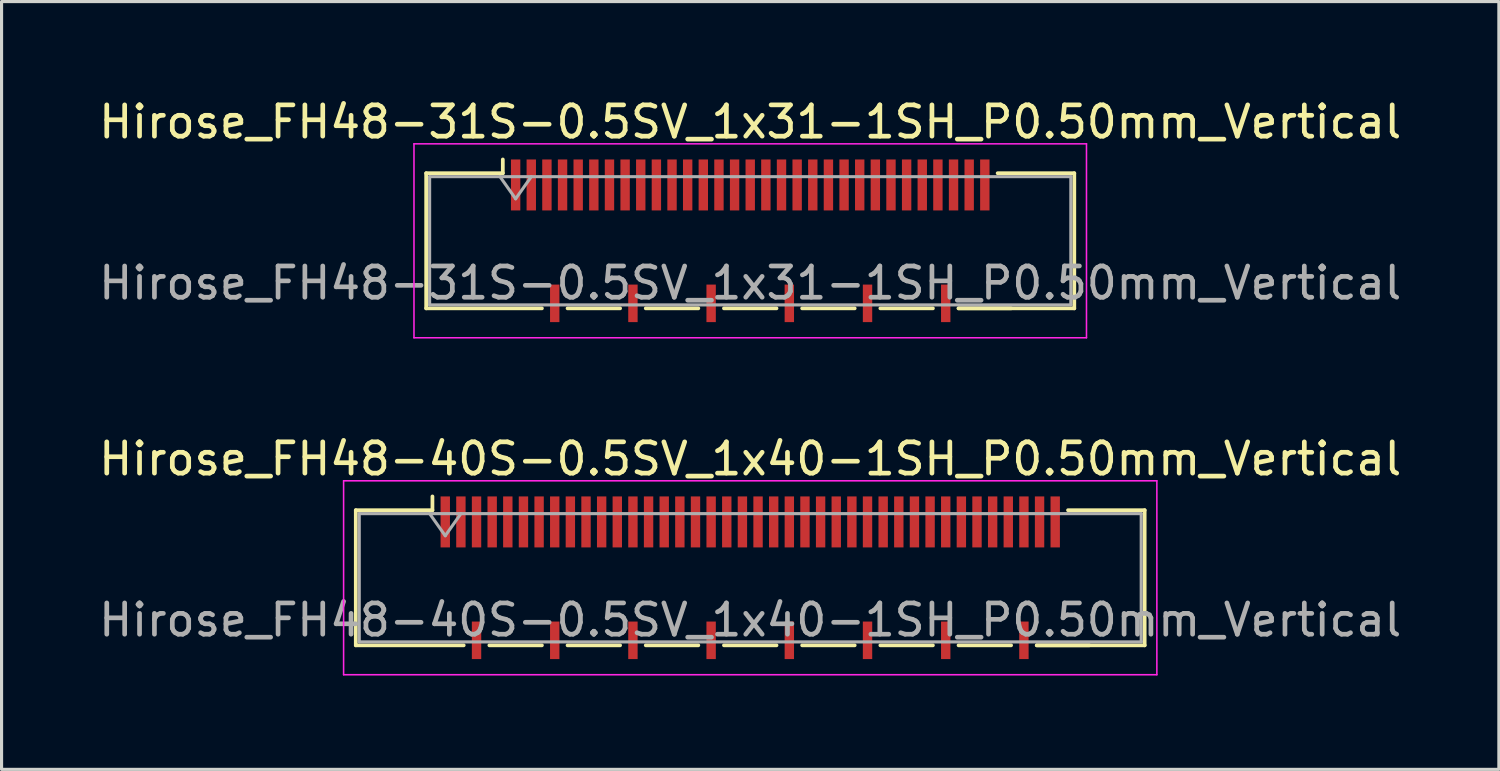
<source format=kicad_pcb>
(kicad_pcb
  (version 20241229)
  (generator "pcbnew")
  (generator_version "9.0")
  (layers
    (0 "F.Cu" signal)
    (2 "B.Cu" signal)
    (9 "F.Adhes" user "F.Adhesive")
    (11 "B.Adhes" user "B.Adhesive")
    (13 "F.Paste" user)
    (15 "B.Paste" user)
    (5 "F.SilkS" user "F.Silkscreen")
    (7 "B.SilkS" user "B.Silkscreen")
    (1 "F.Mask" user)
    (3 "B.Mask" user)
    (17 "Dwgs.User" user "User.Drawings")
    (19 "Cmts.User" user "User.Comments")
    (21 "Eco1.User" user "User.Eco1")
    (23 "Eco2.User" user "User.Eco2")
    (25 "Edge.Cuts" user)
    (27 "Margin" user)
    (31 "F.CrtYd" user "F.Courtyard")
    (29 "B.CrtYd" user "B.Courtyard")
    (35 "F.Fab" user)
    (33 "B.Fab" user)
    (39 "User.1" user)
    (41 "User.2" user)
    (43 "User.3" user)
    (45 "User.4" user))
  (footprint "Hirose_FH48-40S-0.5SV_1x40-1SH_P0.50mm_Vertical"
    (layer "F.Cu")
    (at 20.935 15.421)
    (property "Reference" "Hirose_FH48-40S-0.5SV_1x40-1SH_P0.50mm_Vertical" (at 0 -3.8 0) (layer "F.SilkS") (effects (font (size 1 1) (thickness 0.15))))
    (attr smd)
    (fp_line (start -12.61 -2.16) (end -12.61 2.16) (stroke (width 0.12) (type solid)) (layer "F.SilkS"))
    (fp_line (start -12.61 2.16) (end -9.16 2.16) (stroke (width 0.12) (type solid)) (layer "F.SilkS"))
    (fp_line (start -10.16 -2.6) (end -10.16 -2.16) (stroke (width 0.12) (type solid)) (layer "F.SilkS"))
    (fp_line (start -10.16 -2.16) (end -12.61 -2.16) (stroke (width 0.12) (type solid)) (layer "F.SilkS"))
    (fp_line (start -8.34 2.16) (end -6.66 2.16) (stroke (width 0.12) (type solid)) (layer "F.SilkS"))
    (fp_line (start -5.84 2.16) (end -4.16 2.16) (stroke (width 0.12) (type solid)) (layer "F.SilkS"))
    (fp_line (start -3.34 2.16) (end -1.66 2.16) (stroke (width 0.12) (type solid)) (layer "F.SilkS"))
    (fp_line (start -0.84 2.16) (end 0.84 2.16) (stroke (width 0.12) (type solid)) (layer "F.SilkS"))
    (fp_line (start 1.66 2.16) (end 3.34 2.16) (stroke (width 0.12) (type solid)) (layer "F.SilkS"))
    (fp_line (start 4.16 2.16) (end 5.84 2.16) (stroke (width 0.12) (type solid)) (layer "F.SilkS"))
    (fp_line (start 6.66 2.16) (end 8.34 2.16) (stroke (width 0.12) (type solid)) (layer "F.SilkS"))
    (fp_line (start 9.16 2.16) (end 10.84 2.16) (stroke (width 0.12) (type solid)) (layer "F.SilkS"))
    (fp_line (start 10.16 -2.16) (end 12.61 -2.16) (stroke (width 0.12) (type solid)) (layer "F.SilkS"))
    (fp_line (start 12.61 -2.16) (end 12.61 2.16) (stroke (width 0.12) (type solid)) (layer "F.SilkS"))
    (fp_line (start 12.61 2.16) (end 9.16 2.16) (stroke (width 0.12) (type solid)) (layer "F.SilkS"))
    (fp_line (start -13 -3.1) (end -13 3.1) (stroke (width 0.05) (type solid)) (layer "F.CrtYd"))
    (fp_line (start -13 3.1) (end 13 3.1) (stroke (width 0.05) (type solid)) (layer "F.CrtYd"))
    (fp_line (start 13 -3.1) (end -13 -3.1) (stroke (width 0.05) (type solid)) (layer "F.CrtYd"))
    (fp_line (start 13 3.1) (end 13 -3.1) (stroke (width 0.05) (type solid)) (layer "F.CrtYd"))
    (fp_line (start -12.5 -2.05) (end -12.5 2.05) (stroke (width 0.1) (type solid)) (layer "F.Fab"))
    (fp_line (start -12.5 2.05) (end 12.5 2.05) (stroke (width 0.1) (type solid)) (layer "F.Fab"))
    (fp_line (start -10.25 -2.05) (end -9.75 -1.343) (stroke (width 0.1) (type solid)) (layer "F.Fab"))
    (fp_line (start -9.75 -1.343) (end -9.25 -2.05) (stroke (width 0.1) (type solid)) (layer "F.Fab"))
    (fp_line (start 12.5 -2.05) (end -12.5 -2.05) (stroke (width 0.1) (type solid)) (layer "F.Fab"))
    (fp_line (start 12.5 2.05) (end 12.5 -2.05) (stroke (width 0.1) (type solid)) (layer "F.Fab"))
    (fp_text user "${REFERENCE}" (at 0 1.35 0) (layer "F.Fab") (effects (font (size 1 1) (thickness 0.15))))
    (pad "" smd rect (at -9.75 -1.785) (size 0.28 1.21) (layers "F.Paste"))
    (pad "" smd rect (at -9.25 -1.785) (size 0.28 1.21) (layers "F.Paste"))
    (pad "" smd rect (at -8.75 -1.785) (size 0.28 1.21) (layers "F.Paste"))
    (pad "" smd rect (at -8.75 2) (size 0.28 0.9) (layers "F.Paste"))
    (pad "" smd rect (at -8.25 -1.785) (size 0.28 1.21) (layers "F.Paste"))
    (pad "" smd rect (at -7.75 -1.785) (size 0.28 1.21) (layers "F.Paste"))
    (pad "" smd rect (at -7.25 -1.785) (size 0.28 1.21) (layers "F.Paste"))
    (pad "" smd rect (at -6.75 -1.785) (size 0.28 1.21) (layers "F.Paste"))
    (pad "" smd rect (at -6.25 -1.785) (size 0.28 1.21) (layers "F.Paste"))
    (pad "" smd rect (at -6.25 2) (size 0.28 0.9) (layers "F.Paste"))
    (pad "" smd rect (at -5.75 -1.785) (size 0.28 1.21) (layers "F.Paste"))
    (pad "" smd rect (at -5.25 -1.785) (size 0.28 1.21) (layers "F.Paste"))
    (pad "" smd rect (at -4.75 -1.785) (size 0.28 1.21) (layers "F.Paste"))
    (pad "" smd rect (at -4.25 -1.785) (size 0.28 1.21) (layers "F.Paste"))
    (pad "" smd rect (at -3.75 -1.785) (size 0.28 1.21) (layers "F.Paste"))
    (pad "" smd rect (at -3.75 2) (size 0.28 0.9) (layers "F.Paste"))
    (pad "" smd rect (at -3.25 -1.785) (size 0.28 1.21) (layers "F.Paste"))
    (pad "" smd rect (at -2.75 -1.785) (size 0.28 1.21) (layers "F.Paste"))
    (pad "" smd rect (at -2.25 -1.785) (size 0.28 1.21) (layers "F.Paste"))
    (pad "" smd rect (at -1.75 -1.785) (size 0.28 1.21) (layers "F.Paste"))
    (pad "" smd rect (at -1.25 -1.785) (size 0.28 1.21) (layers "F.Paste"))
    (pad "" smd rect (at -1.25 2) (size 0.28 0.9) (layers "F.Paste"))
    (pad "" smd rect (at -0.75 -1.785) (size 0.28 1.21) (layers "F.Paste"))
    (pad "" smd rect (at -0.25 -1.785) (size 0.28 1.21) (layers "F.Paste"))
    (pad "" smd rect (at 0.25 -1.785) (size 0.28 1.21) (layers "F.Paste"))
    (pad "" smd rect (at 0.75 -1.785) (size 0.28 1.21) (layers "F.Paste"))
    (pad "" smd rect (at 1.25 -1.785) (size 0.28 1.21) (layers "F.Paste"))
    (pad "" smd rect (at 1.25 2) (size 0.28 0.9) (layers "F.Paste"))
    (pad "" smd rect (at 1.75 -1.785) (size 0.28 1.21) (layers "F.Paste"))
    (pad "" smd rect (at 2.25 -1.785) (size 0.28 1.21) (layers "F.Paste"))
    (pad "" smd rect (at 2.75 -1.785) (size 0.28 1.21) (layers "F.Paste"))
    (pad "" smd rect (at 3.25 -1.785) (size 0.28 1.21) (layers "F.Paste"))
    (pad "" smd rect (at 3.75 -1.785) (size 0.28 1.21) (layers "F.Paste"))
    (pad "" smd rect (at 3.75 2) (size 0.28 0.9) (layers "F.Paste"))
    (pad "" smd rect (at 4.25 -1.785) (size 0.28 1.21) (layers "F.Paste"))
    (pad "" smd rect (at 4.75 -1.785) (size 0.28 1.21) (layers "F.Paste"))
    (pad "" smd rect (at 5.25 -1.785) (size 0.28 1.21) (layers "F.Paste"))
    (pad "" smd rect (at 5.75 -1.785) (size 0.28 1.21) (layers "F.Paste"))
    (pad "" smd rect (at 6.25 -1.785) (size 0.28 1.21) (layers "F.Paste"))
    (pad "" smd rect (at 6.25 2) (size 0.28 0.9) (layers "F.Paste"))
    (pad "" smd rect (at 6.75 -1.785) (size 0.28 1.21) (layers "F.Paste"))
    (pad "" smd rect (at 7.25 -1.785) (size 0.28 1.21) (layers "F.Paste"))
    (pad "" smd rect (at 7.75 -1.785) (size 0.28 1.21) (layers "F.Paste"))
    (pad "" smd rect (at 8.25 -1.785) (size 0.28 1.21) (layers "F.Paste"))
    (pad "" smd rect (at 8.75 -1.785) (size 0.28 1.21) (layers "F.Paste"))
    (pad "" smd rect (at 8.75 2) (size 0.28 0.9) (layers "F.Paste"))
    (pad "" smd rect (at 9.25 -1.785) (size 0.28 1.21) (layers "F.Paste"))
    (pad "" smd rect (at 9.75 -1.785) (size 0.28 1.21) (layers "F.Paste"))
    (pad "1" smd rect (at -9.75 -1.785) (size 0.3 1.63) (layers "F.Cu" "F.Mask"))
    (pad "2" smd rect (at -9.25 -1.785) (size 0.3 1.63) (layers "F.Cu" "F.Mask"))
    (pad "3" smd rect (at -8.75 -1.785) (size 0.3 1.63) (layers "F.Cu" "F.Mask"))
    (pad "4" smd rect (at -8.25 -1.785) (size 0.3 1.63) (layers "F.Cu" "F.Mask"))
    (pad "5" smd rect (at -7.75 -1.785) (size 0.3 1.63) (layers "F.Cu" "F.Mask"))
    (pad "6" smd rect (at -7.25 -1.785) (size 0.3 1.63) (layers "F.Cu" "F.Mask"))
    (pad "7" smd rect (at -6.75 -1.785) (size 0.3 1.63) (layers "F.Cu" "F.Mask"))
    (pad "8" smd rect (at -6.25 -1.785) (size 0.3 1.63) (layers "F.Cu" "F.Mask"))
    (pad "9" smd rect (at -5.75 -1.785) (size 0.3 1.63) (layers "F.Cu" "F.Mask"))
    (pad "10" smd rect (at -5.25 -1.785) (size 0.3 1.63) (layers "F.Cu" "F.Mask"))
    (pad "11" smd rect (at -4.75 -1.785) (size 0.3 1.63) (layers "F.Cu" "F.Mask"))
    (pad "12" smd rect (at -4.25 -1.785) (size 0.3 1.63) (layers "F.Cu" "F.Mask"))
    (pad "13" smd rect (at -3.75 -1.785) (size 0.3 1.63) (layers "F.Cu" "F.Mask"))
    (pad "14" smd rect (at -3.25 -1.785) (size 0.3 1.63) (layers "F.Cu" "F.Mask"))
    (pad "15" smd rect (at -2.75 -1.785) (size 0.3 1.63) (layers "F.Cu" "F.Mask"))
    (pad "16" smd rect (at -2.25 -1.785) (size 0.3 1.63) (layers "F.Cu" "F.Mask"))
    (pad "17" smd rect (at -1.75 -1.785) (size 0.3 1.63) (layers "F.Cu" "F.Mask"))
    (pad "18" smd rect (at -1.25 -1.785) (size 0.3 1.63) (layers "F.Cu" "F.Mask"))
    (pad "19" smd rect (at -0.75 -1.785) (size 0.3 1.63) (layers "F.Cu" "F.Mask"))
    (pad "20" smd rect (at -0.25 -1.785) (size 0.3 1.63) (layers "F.Cu" "F.Mask"))
    (pad "21" smd rect (at 0.25 -1.785) (size 0.3 1.63) (layers "F.Cu" "F.Mask"))
    (pad "22" smd rect (at 0.75 -1.785) (size 0.3 1.63) (layers "F.Cu" "F.Mask"))
    (pad "23" smd rect (at 1.25 -1.785) (size 0.3 1.63) (layers "F.Cu" "F.Mask"))
    (pad "24" smd rect (at 1.75 -1.785) (size 0.3 1.63) (layers "F.Cu" "F.Mask"))
    (pad "25" smd rect (at 2.25 -1.785) (size 0.3 1.63) (layers "F.Cu" "F.Mask"))
    (pad "26" smd rect (at 2.75 -1.785) (size 0.3 1.63) (layers "F.Cu" "F.Mask"))
    (pad "27" smd rect (at 3.25 -1.785) (size 0.3 1.63) (layers "F.Cu" "F.Mask"))
    (pad "28" smd rect (at 3.75 -1.785) (size 0.3 1.63) (layers "F.Cu" "F.Mask"))
    (pad "29" smd rect (at 4.25 -1.785) (size 0.3 1.63) (layers "F.Cu" "F.Mask"))
    (pad "30" smd rect (at 4.75 -1.785) (size 0.3 1.63) (layers "F.Cu" "F.Mask"))
    (pad "31" smd rect (at 5.25 -1.785) (size 0.3 1.63) (layers "F.Cu" "F.Mask"))
    (pad "32" smd rect (at 5.75 -1.785) (size 0.3 1.63) (layers "F.Cu" "F.Mask"))
    (pad "33" smd rect (at 6.25 -1.785) (size 0.3 1.63) (layers "F.Cu" "F.Mask"))
    (pad "34" smd rect (at 6.75 -1.785) (size 0.3 1.63) (layers "F.Cu" "F.Mask"))
    (pad "35" smd rect (at 7.25 -1.785) (size 0.3 1.63) (layers "F.Cu" "F.Mask"))
    (pad "36" smd rect (at 7.75 -1.785) (size 0.3 1.63) (layers "F.Cu" "F.Mask"))
    (pad "37" smd rect (at 8.25 -1.785) (size 0.3 1.63) (layers "F.Cu" "F.Mask"))
    (pad "38" smd rect (at 8.75 -1.785) (size 0.3 1.63) (layers "F.Cu" "F.Mask"))
    (pad "39" smd rect (at 9.25 -1.785) (size 0.3 1.63) (layers "F.Cu" "F.Mask"))
    (pad "40" smd rect (at 9.75 -1.785) (size 0.3 1.63) (layers "F.Cu" "F.Mask"))
    (pad "SH" smd rect (at -8.75 2) (size 0.3 1.2) (layers "F.Cu" "F.Mask"))
    (pad "SH" smd rect (at -6.25 2) (size 0.3 1.2) (layers "F.Cu" "F.Mask"))
    (pad "SH" smd rect (at -3.75 2) (size 0.3 1.2) (layers "F.Cu" "F.Mask"))
    (pad "SH" smd rect (at -1.25 2) (size 0.3 1.2) (layers "F.Cu" "F.Mask"))
    (pad "SH" smd rect (at 1.25 2) (size 0.3 1.2) (layers "F.Cu" "F.Mask"))
    (pad "SH" smd rect (at 3.75 2) (size 0.3 1.2) (layers "F.Cu" "F.Mask"))
    (pad "SH" smd rect (at 6.25 2) (size 0.3 1.2) (layers "F.Cu" "F.Mask"))
    (pad "SH" smd rect (at 8.75 2) (size 0.3 1.2) (layers "F.Cu" "F.Mask")))
  (footprint "Hirose_FH48-31S-0.5SV_1x31-1SH_P0.50mm_Vertical"
    (layer "F.Cu")
    (at 20.935 4.648)
    (property "Reference" "Hirose_FH48-31S-0.5SV_1x31-1SH_P0.50mm_Vertical" (at 0 -3.8 0) (layer "F.SilkS") (effects (font (size 1 1) (thickness 0.15))))
    (attr smd)
    (fp_line (start -10.36 -2.16) (end -10.36 2.16) (stroke (width 0.12) (type solid)) (layer "F.SilkS"))
    (fp_line (start -10.36 2.16) (end -6.66 2.16) (stroke (width 0.12) (type solid)) (layer "F.SilkS"))
    (fp_line (start -7.91 -2.6) (end -7.91 -2.16) (stroke (width 0.12) (type solid)) (layer "F.SilkS"))
    (fp_line (start -7.91 -2.16) (end -10.36 -2.16) (stroke (width 0.12) (type solid)) (layer "F.SilkS"))
    (fp_line (start -5.84 2.16) (end -4.16 2.16) (stroke (width 0.12) (type solid)) (layer "F.SilkS"))
    (fp_line (start -3.34 2.16) (end -1.66 2.16) (stroke (width 0.12) (type solid)) (layer "F.SilkS"))
    (fp_line (start -0.84 2.16) (end 0.84 2.16) (stroke (width 0.12) (type solid)) (layer "F.SilkS"))
    (fp_line (start 1.66 2.16) (end 3.34 2.16) (stroke (width 0.12) (type solid)) (layer "F.SilkS"))
    (fp_line (start 4.16 2.16) (end 5.84 2.16) (stroke (width 0.12) (type solid)) (layer "F.SilkS"))
    (fp_line (start 6.66 2.16) (end 8.34 2.16) (stroke (width 0.12) (type solid)) (layer "F.SilkS"))
    (fp_line (start 7.91 -2.16) (end 10.36 -2.16) (stroke (width 0.12) (type solid)) (layer "F.SilkS"))
    (fp_line (start 10.36 -2.16) (end 10.36 2.16) (stroke (width 0.12) (type solid)) (layer "F.SilkS"))
    (fp_line (start 10.36 2.16) (end 6.66 2.16) (stroke (width 0.12) (type solid)) (layer "F.SilkS"))
    (fp_line (start -10.75 -3.1) (end -10.75 3.1) (stroke (width 0.05) (type solid)) (layer "F.CrtYd"))
    (fp_line (start -10.75 3.1) (end 10.75 3.1) (stroke (width 0.05) (type solid)) (layer "F.CrtYd"))
    (fp_line (start 10.75 -3.1) (end -10.75 -3.1) (stroke (width 0.05) (type solid)) (layer "F.CrtYd"))
    (fp_line (start 10.75 3.1) (end 10.75 -3.1) (stroke (width 0.05) (type solid)) (layer "F.CrtYd"))
    (fp_line (start -10.25 -2.05) (end -10.25 2.05) (stroke (width 0.1) (type solid)) (layer "F.Fab"))
    (fp_line (start -10.25 2.05) (end 10.25 2.05) (stroke (width 0.1) (type solid)) (layer "F.Fab"))
    (fp_line (start -8 -2.05) (end -7.5 -1.343) (stroke (width 0.1) (type solid)) (layer "F.Fab"))
    (fp_line (start -7.5 -1.343) (end -7 -2.05) (stroke (width 0.1) (type solid)) (layer "F.Fab"))
    (fp_line (start 10.25 -2.05) (end -10.25 -2.05) (stroke (width 0.1) (type solid)) (layer "F.Fab"))
    (fp_line (start 10.25 2.05) (end 10.25 -2.05) (stroke (width 0.1) (type solid)) (layer "F.Fab"))
    (fp_text user "${REFERENCE}" (at 0 1.35 0) (layer "F.Fab") (effects (font (size 1 1) (thickness 0.15))))
    (pad "" smd rect (at -7.5 -1.785) (size 0.28 1.21) (layers "F.Paste"))
    (pad "" smd rect (at -7 -1.785) (size 0.28 1.21) (layers "F.Paste"))
    (pad "" smd rect (at -6.5 -1.785) (size 0.28 1.21) (layers "F.Paste"))
    (pad "" smd rect (at -6.25 2) (size 0.28 0.9) (layers "F.Paste"))
    (pad "" smd rect (at -6 -1.785) (size 0.28 1.21) (layers "F.Paste"))
    (pad "" smd rect (at -5.5 -1.785) (size 0.28 1.21) (layers "F.Paste"))
    (pad "" smd rect (at -5 -1.785) (size 0.28 1.21) (layers "F.Paste"))
    (pad "" smd rect (at -4.5 -1.785) (size 0.28 1.21) (layers "F.Paste"))
    (pad "" smd rect (at -4 -1.785) (size 0.28 1.21) (layers "F.Paste"))
    (pad "" smd rect (at -3.75 2) (size 0.28 0.9) (layers "F.Paste"))
    (pad "" smd rect (at -3.5 -1.785) (size 0.28 1.21) (layers "F.Paste"))
    (pad "" smd rect (at -3 -1.785) (size 0.28 1.21) (layers "F.Paste"))
    (pad "" smd rect (at -2.5 -1.785) (size 0.28 1.21) (layers "F.Paste"))
    (pad "" smd rect (at -2 -1.785) (size 0.28 1.21) (layers "F.Paste"))
    (pad "" smd rect (at -1.5 -1.785) (size 0.28 1.21) (layers "F.Paste"))
    (pad "" smd rect (at -1.25 2) (size 0.28 0.9) (layers "F.Paste"))
    (pad "" smd rect (at -1 -1.785) (size 0.28 1.21) (layers "F.Paste"))
    (pad "" smd rect (at -0.5 -1.785) (size 0.28 1.21) (layers "F.Paste"))
    (pad "" smd rect (at 0 -1.785) (size 0.28 1.21) (layers "F.Paste"))
    (pad "" smd rect (at 0.5 -1.785) (size 0.28 1.21) (layers "F.Paste"))
    (pad "" smd rect (at 1 -1.785) (size 0.28 1.21) (layers "F.Paste"))
    (pad "" smd rect (at 1.25 2) (size 0.28 0.9) (layers "F.Paste"))
    (pad "" smd rect (at 1.5 -1.785) (size 0.28 1.21) (layers "F.Paste"))
    (pad "" smd rect (at 2 -1.785) (size 0.28 1.21) (layers "F.Paste"))
    (pad "" smd rect (at 2.5 -1.785) (size 0.28 1.21) (layers "F.Paste"))
    (pad "" smd rect (at 3 -1.785) (size 0.28 1.21) (layers "F.Paste"))
    (pad "" smd rect (at 3.5 -1.785) (size 0.28 1.21) (layers "F.Paste"))
    (pad "" smd rect (at 3.75 2) (size 0.28 0.9) (layers "F.Paste"))
    (pad "" smd rect (at 4 -1.785) (size 0.28 1.21) (layers "F.Paste"))
    (pad "" smd rect (at 4.5 -1.785) (size 0.28 1.21) (layers "F.Paste"))
    (pad "" smd rect (at 5 -1.785) (size 0.28 1.21) (layers "F.Paste"))
    (pad "" smd rect (at 5.5 -1.785) (size 0.28 1.21) (layers "F.Paste"))
    (pad "" smd rect (at 6 -1.785) (size 0.28 1.21) (layers "F.Paste"))
    (pad "" smd rect (at 6.25 2) (size 0.28 0.9) (layers "F.Paste"))
    (pad "" smd rect (at 6.5 -1.785) (size 0.28 1.21) (layers "F.Paste"))
    (pad "" smd rect (at 7 -1.785) (size 0.28 1.21) (layers "F.Paste"))
    (pad "" smd rect (at 7.5 -1.785) (size 0.28 1.21) (layers "F.Paste"))
    (pad "1" smd rect (at -7.5 -1.785) (size 0.3 1.63) (layers "F.Cu" "F.Mask"))
    (pad "2" smd rect (at -7 -1.785) (size 0.3 1.63) (layers "F.Cu" "F.Mask"))
    (pad "3" smd rect (at -6.5 -1.785) (size 0.3 1.63) (layers "F.Cu" "F.Mask"))
    (pad "4" smd rect (at -6 -1.785) (size 0.3 1.63) (layers "F.Cu" "F.Mask"))
    (pad "5" smd rect (at -5.5 -1.785) (size 0.3 1.63) (layers "F.Cu" "F.Mask"))
    (pad "6" smd rect (at -5 -1.785) (size 0.3 1.63) (layers "F.Cu" "F.Mask"))
    (pad "7" smd rect (at -4.5 -1.785) (size 0.3 1.63) (layers "F.Cu" "F.Mask"))
    (pad "8" smd rect (at -4 -1.785) (size 0.3 1.63) (layers "F.Cu" "F.Mask"))
    (pad "9" smd rect (at -3.5 -1.785) (size 0.3 1.63) (layers "F.Cu" "F.Mask"))
    (pad "10" smd rect (at -3 -1.785) (size 0.3 1.63) (layers "F.Cu" "F.Mask"))
    (pad "11" smd rect (at -2.5 -1.785) (size 0.3 1.63) (layers "F.Cu" "F.Mask"))
    (pad "12" smd rect (at -2 -1.785) (size 0.3 1.63) (layers "F.Cu" "F.Mask"))
    (pad "13" smd rect (at -1.5 -1.785) (size 0.3 1.63) (layers "F.Cu" "F.Mask"))
    (pad "14" smd rect (at -1 -1.785) (size 0.3 1.63) (layers "F.Cu" "F.Mask"))
    (pad "15" smd rect (at -0.5 -1.785) (size 0.3 1.63) (layers "F.Cu" "F.Mask"))
    (pad "16" smd rect (at 0 -1.785) (size 0.3 1.63) (layers "F.Cu" "F.Mask"))
    (pad "17" smd rect (at 0.5 -1.785) (size 0.3 1.63) (layers "F.Cu" "F.Mask"))
    (pad "18" smd rect (at 1 -1.785) (size 0.3 1.63) (layers "F.Cu" "F.Mask"))
    (pad "19" smd rect (at 1.5 -1.785) (size 0.3 1.63) (layers "F.Cu" "F.Mask"))
    (pad "20" smd rect (at 2 -1.785) (size 0.3 1.63) (layers "F.Cu" "F.Mask"))
    (pad "21" smd rect (at 2.5 -1.785) (size 0.3 1.63) (layers "F.Cu" "F.Mask"))
    (pad "22" smd rect (at 3 -1.785) (size 0.3 1.63) (layers "F.Cu" "F.Mask"))
    (pad "23" smd rect (at 3.5 -1.785) (size 0.3 1.63) (layers "F.Cu" "F.Mask"))
    (pad "24" smd rect (at 4 -1.785) (size 0.3 1.63) (layers "F.Cu" "F.Mask"))
    (pad "25" smd rect (at 4.5 -1.785) (size 0.3 1.63) (layers "F.Cu" "F.Mask"))
    (pad "26" smd rect (at 5 -1.785) (size 0.3 1.63) (layers "F.Cu" "F.Mask"))
    (pad "27" smd rect (at 5.5 -1.785) (size 0.3 1.63) (layers "F.Cu" "F.Mask"))
    (pad "28" smd rect (at 6 -1.785) (size 0.3 1.63) (layers "F.Cu" "F.Mask"))
    (pad "29" smd rect (at 6.5 -1.785) (size 0.3 1.63) (layers "F.Cu" "F.Mask"))
    (pad "30" smd rect (at 7 -1.785) (size 0.3 1.63) (layers "F.Cu" "F.Mask"))
    (pad "31" smd rect (at 7.5 -1.785) (size 0.3 1.63) (layers "F.Cu" "F.Mask"))
    (pad "SH" smd rect (at -6.25 2) (size 0.3 1.2) (layers "F.Cu" "F.Mask"))
    (pad "SH" smd rect (at -3.75 2) (size 0.3 1.2) (layers "F.Cu" "F.Mask"))
    (pad "SH" smd rect (at -1.25 2) (size 0.3 1.2) (layers "F.Cu" "F.Mask"))
    (pad "SH" smd rect (at 1.25 2) (size 0.3 1.2) (layers "F.Cu" "F.Mask"))
    (pad "SH" smd rect (at 3.75 2) (size 0.3 1.2) (layers "F.Cu" "F.Mask"))
    (pad "SH" smd rect (at 6.25 2) (size 0.3 1.2) (layers "F.Cu" "F.Mask")))
  (gr_rect
    (start -3 -3)
    (end 44.869 21.547)
    (stroke (width 0.1) (type default))
    (fill no)
    (layer "Edge.Cuts")))
</source>
